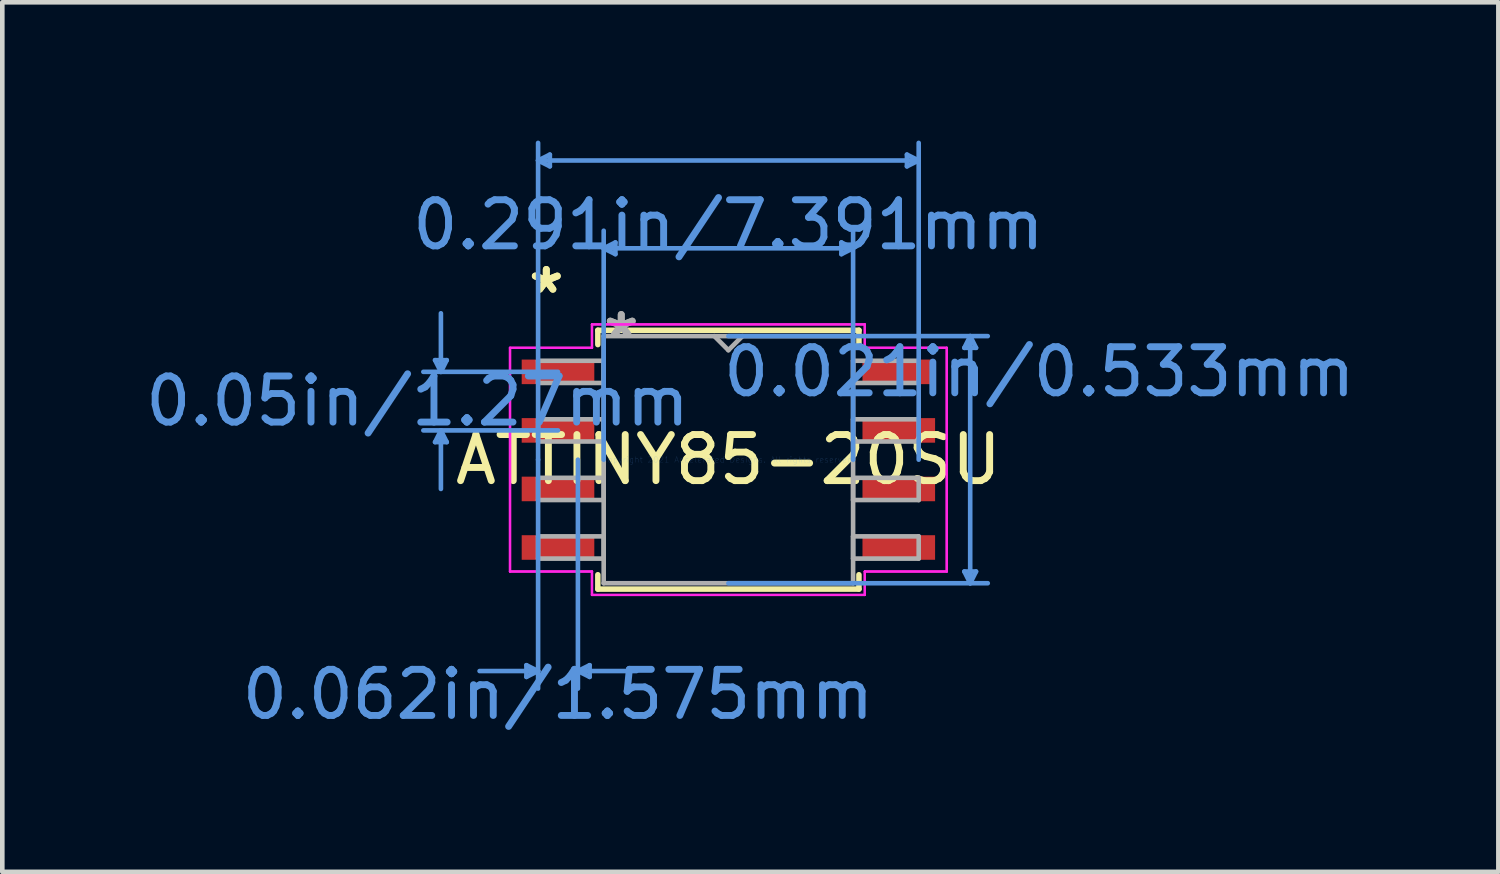
<source format=kicad_pcb>
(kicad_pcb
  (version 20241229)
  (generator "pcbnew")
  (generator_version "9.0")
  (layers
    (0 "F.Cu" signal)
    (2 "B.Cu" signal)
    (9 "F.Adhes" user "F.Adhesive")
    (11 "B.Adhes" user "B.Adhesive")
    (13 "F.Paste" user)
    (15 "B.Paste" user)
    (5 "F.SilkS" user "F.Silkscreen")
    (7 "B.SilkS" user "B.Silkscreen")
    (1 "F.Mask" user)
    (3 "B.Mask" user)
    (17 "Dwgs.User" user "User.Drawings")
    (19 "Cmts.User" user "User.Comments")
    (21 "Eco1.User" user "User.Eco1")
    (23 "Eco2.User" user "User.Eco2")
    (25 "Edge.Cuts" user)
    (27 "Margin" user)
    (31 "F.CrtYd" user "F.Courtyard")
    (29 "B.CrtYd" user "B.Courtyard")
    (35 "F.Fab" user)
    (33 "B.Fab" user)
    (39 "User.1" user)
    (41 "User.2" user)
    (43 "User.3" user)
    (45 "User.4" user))
  (footprint "ATTINY85-20SU"
    (layer "F.Cu")
    (at 12.75 6.921)
    (property "Reference" "ATTINY85-20SU" (at 0 0 0) (layer "F.SilkS") (effects (font (size 1 1) (thickness 0.15))))
    (attr through_hole)
    (fp_line (start -2.832 -2.807) (end -2.832 -2.496) (stroke (width 0.12) (type solid)) (layer "F.SilkS"))
    (fp_line (start -2.832 2.496) (end -2.832 2.807) (stroke (width 0.12) (type solid)) (layer "F.SilkS"))
    (fp_line (start -2.832 2.807) (end 2.832 2.807) (stroke (width 0.12) (type solid)) (layer "F.SilkS"))
    (fp_line (start 2.832 -2.807) (end -2.832 -2.807) (stroke (width 0.12) (type solid)) (layer "F.SilkS"))
    (fp_line (start 2.832 -2.496) (end 2.832 -2.807) (stroke (width 0.12) (type solid)) (layer "F.SilkS"))
    (fp_line (start 2.832 2.807) (end 2.832 2.496) (stroke (width 0.12) (type solid)) (layer "F.SilkS"))
    (fp_line (start -6.363 -2.159) (end -6.109 -2.159) (stroke (width 0.1) (type solid)) (layer "Cmts.User"))
    (fp_line (start -6.363 -0.381) (end -6.109 -0.381) (stroke (width 0.1) (type solid)) (layer "Cmts.User"))
    (fp_line (start -6.236 -1.905) (end -6.363 -2.159) (stroke (width 0.1) (type solid)) (layer "Cmts.User"))
    (fp_line (start -6.236 -1.905) (end -6.236 -3.175) (stroke (width 0.1) (type solid)) (layer "Cmts.User"))
    (fp_line (start -6.236 -1.905) (end -6.109 -2.159) (stroke (width 0.1) (type solid)) (layer "Cmts.User"))
    (fp_line (start -6.236 -0.635) (end -6.363 -0.381) (stroke (width 0.1) (type solid)) (layer "Cmts.User"))
    (fp_line (start -6.236 -0.635) (end -6.236 0.635) (stroke (width 0.1) (type solid)) (layer "Cmts.User"))
    (fp_line (start -6.236 -0.635) (end -6.109 -0.381) (stroke (width 0.1) (type solid)) (layer "Cmts.User"))
    (fp_line (start -4.381 4.458) (end -4.381 4.712) (stroke (width 0.1) (type solid)) (layer "Cmts.User"))
    (fp_line (start -4.128 -6.49) (end -3.873 -6.617) (stroke (width 0.1) (type solid)) (layer "Cmts.User"))
    (fp_line (start -4.128 -6.49) (end -3.873 -6.363) (stroke (width 0.1) (type solid)) (layer "Cmts.User"))
    (fp_line (start -4.128 -6.49) (end 4.128 -6.49) (stroke (width 0.1) (type solid)) (layer "Cmts.User"))
    (fp_line (start -4.128 0) (end -4.128 -6.871) (stroke (width 0.1) (type solid)) (layer "Cmts.User"))
    (fp_line (start -4.128 0) (end -4.128 4.966) (stroke (width 0.1) (type solid)) (layer "Cmts.User"))
    (fp_line (start -4.128 4.585) (end -5.397 4.585) (stroke (width 0.1) (type solid)) (layer "Cmts.User"))
    (fp_line (start -4.128 4.585) (end -4.381 4.458) (stroke (width 0.1) (type solid)) (layer "Cmts.User"))
    (fp_line (start -4.128 4.585) (end -4.381 4.712) (stroke (width 0.1) (type solid)) (layer "Cmts.User"))
    (fp_line (start -3.873 -6.617) (end -3.873 -6.363) (stroke (width 0.1) (type solid)) (layer "Cmts.User"))
    (fp_line (start -3.696 -1.905) (end -6.617 -1.905) (stroke (width 0.1) (type solid)) (layer "Cmts.User"))
    (fp_line (start -3.696 -0.635) (end -6.617 -0.635) (stroke (width 0.1) (type solid)) (layer "Cmts.User"))
    (fp_line (start -3.264 0) (end -3.264 4.966) (stroke (width 0.1) (type solid)) (layer "Cmts.User"))
    (fp_line (start -3.264 4.585) (end -3.01 4.458) (stroke (width 0.1) (type solid)) (layer "Cmts.User"))
    (fp_line (start -3.264 4.585) (end -3.01 4.712) (stroke (width 0.1) (type solid)) (layer "Cmts.User"))
    (fp_line (start -3.264 4.585) (end -1.994 4.585) (stroke (width 0.1) (type solid)) (layer "Cmts.User"))
    (fp_line (start -3.01 4.458) (end -3.01 4.712) (stroke (width 0.1) (type solid)) (layer "Cmts.User"))
    (fp_line (start -2.705 -4.585) (end -2.451 -4.712) (stroke (width 0.1) (type solid)) (layer "Cmts.User"))
    (fp_line (start -2.705 -4.585) (end -2.451 -4.458) (stroke (width 0.1) (type solid)) (layer "Cmts.User"))
    (fp_line (start -2.705 -4.585) (end 2.705 -4.585) (stroke (width 0.1) (type solid)) (layer "Cmts.User"))
    (fp_line (start -2.705 0) (end -2.705 -4.966) (stroke (width 0.1) (type solid)) (layer "Cmts.User"))
    (fp_line (start -2.451 -4.712) (end -2.451 -4.458) (stroke (width 0.1) (type solid)) (layer "Cmts.User"))
    (fp_line (start 0 -2.68) (end 5.626 -2.68) (stroke (width 0.1) (type solid)) (layer "Cmts.User"))
    (fp_line (start 0 2.68) (end 5.626 2.68) (stroke (width 0.1) (type solid)) (layer "Cmts.User"))
    (fp_line (start 2.451 -4.712) (end 2.451 -4.458) (stroke (width 0.1) (type solid)) (layer "Cmts.User"))
    (fp_line (start 2.705 -4.585) (end 2.451 -4.712) (stroke (width 0.1) (type solid)) (layer "Cmts.User"))
    (fp_line (start 2.705 -4.585) (end 2.451 -4.458) (stroke (width 0.1) (type solid)) (layer "Cmts.User"))
    (fp_line (start 2.705 0) (end 2.705 -4.966) (stroke (width 0.1) (type solid)) (layer "Cmts.User"))
    (fp_line (start 3.873 -6.617) (end 3.873 -6.363) (stroke (width 0.1) (type solid)) (layer "Cmts.User"))
    (fp_line (start 4.128 -6.49) (end 3.873 -6.617) (stroke (width 0.1) (type solid)) (layer "Cmts.User"))
    (fp_line (start 4.128 -6.49) (end 3.873 -6.363) (stroke (width 0.1) (type solid)) (layer "Cmts.User"))
    (fp_line (start 4.128 0) (end 4.128 -6.871) (stroke (width 0.1) (type solid)) (layer "Cmts.User"))
    (fp_line (start 5.118 -2.426) (end 5.372 -2.426) (stroke (width 0.1) (type solid)) (layer "Cmts.User"))
    (fp_line (start 5.118 2.426) (end 5.372 2.426) (stroke (width 0.1) (type solid)) (layer "Cmts.User"))
    (fp_line (start 5.245 -2.68) (end 5.118 -2.426) (stroke (width 0.1) (type solid)) (layer "Cmts.User"))
    (fp_line (start 5.245 -2.68) (end 5.245 2.68) (stroke (width 0.1) (type solid)) (layer "Cmts.User"))
    (fp_line (start 5.245 -2.68) (end 5.372 -2.426) (stroke (width 0.1) (type solid)) (layer "Cmts.User"))
    (fp_line (start 5.245 2.68) (end 5.118 2.426) (stroke (width 0.1) (type solid)) (layer "Cmts.User"))
    (fp_line (start 5.245 2.68) (end 5.372 2.426) (stroke (width 0.1) (type solid)) (layer "Cmts.User"))
    (fp_line (start -4.737 -2.426) (end -2.959 -2.426) (stroke (width 0.05) (type solid)) (layer "F.CrtYd"))
    (fp_line (start -4.737 -2.426) (end -2.959 -2.426) (stroke (width 0.05) (type solid)) (layer "F.CrtYd"))
    (fp_line (start -4.737 2.426) (end -4.737 -2.426) (stroke (width 0.05) (type solid)) (layer "F.CrtYd"))
    (fp_line (start -4.737 2.426) (end -4.737 -2.426) (stroke (width 0.05) (type solid)) (layer "F.CrtYd"))
    (fp_line (start -4.737 2.426) (end -2.959 2.426) (stroke (width 0.05) (type solid)) (layer "F.CrtYd"))
    (fp_line (start -2.959 -2.934) (end 2.959 -2.934) (stroke (width 0.05) (type solid)) (layer "F.CrtYd"))
    (fp_line (start -2.959 -2.934) (end 2.959 -2.934) (stroke (width 0.05) (type solid)) (layer "F.CrtYd"))
    (fp_line (start -2.959 -2.426) (end -2.959 -2.934) (stroke (width 0.05) (type solid)) (layer "F.CrtYd"))
    (fp_line (start -2.959 -2.426) (end -2.959 -2.934) (stroke (width 0.05) (type solid)) (layer "F.CrtYd"))
    (fp_line (start -2.959 2.426) (end -4.737 2.426) (stroke (width 0.05) (type solid)) (layer "F.CrtYd"))
    (fp_line (start -2.959 2.934) (end -2.959 2.426) (stroke (width 0.05) (type solid)) (layer "F.CrtYd"))
    (fp_line (start -2.959 2.934) (end -2.959 2.426) (stroke (width 0.05) (type solid)) (layer "F.CrtYd"))
    (fp_line (start 2.959 -2.934) (end 2.959 -2.426) (stroke (width 0.05) (type solid)) (layer "F.CrtYd"))
    (fp_line (start 2.959 -2.934) (end 2.959 -2.426) (stroke (width 0.05) (type solid)) (layer "F.CrtYd"))
    (fp_line (start 2.959 -2.426) (end 4.737 -2.426) (stroke (width 0.05) (type solid)) (layer "F.CrtYd"))
    (fp_line (start 2.959 2.426) (end 2.959 2.934) (stroke (width 0.05) (type solid)) (layer "F.CrtYd"))
    (fp_line (start 2.959 2.426) (end 2.959 2.934) (stroke (width 0.05) (type solid)) (layer "F.CrtYd"))
    (fp_line (start 2.959 2.934) (end -2.959 2.934) (stroke (width 0.05) (type solid)) (layer "F.CrtYd"))
    (fp_line (start 2.959 2.934) (end -2.959 2.934) (stroke (width 0.05) (type solid)) (layer "F.CrtYd"))
    (fp_line (start 4.737 -2.426) (end 2.959 -2.426) (stroke (width 0.05) (type solid)) (layer "F.CrtYd"))
    (fp_line (start 4.737 -2.426) (end 4.737 2.426) (stroke (width 0.05) (type solid)) (layer "F.CrtYd"))
    (fp_line (start 4.737 -2.426) (end 4.737 2.426) (stroke (width 0.05) (type solid)) (layer "F.CrtYd"))
    (fp_line (start 4.737 2.426) (end 2.959 2.426) (stroke (width 0.05) (type solid)) (layer "F.CrtYd"))
    (fp_line (start 4.737 2.426) (end 2.959 2.426) (stroke (width 0.05) (type solid)) (layer "F.CrtYd"))
    (fp_line (start -4.128 -2.146) (end -4.128 -1.664) (stroke (width 0.1) (type solid)) (layer "F.Fab"))
    (fp_line (start -4.128 -1.664) (end -2.705 -1.664) (stroke (width 0.1) (type solid)) (layer "F.Fab"))
    (fp_line (start -4.128 -0.876) (end -4.128 -0.394) (stroke (width 0.1) (type solid)) (layer "F.Fab"))
    (fp_line (start -4.128 -0.394) (end -2.705 -0.394) (stroke (width 0.1) (type solid)) (layer "F.Fab"))
    (fp_line (start -4.128 0.394) (end -4.128 0.876) (stroke (width 0.1) (type solid)) (layer "F.Fab"))
    (fp_line (start -4.128 0.876) (end -2.705 0.876) (stroke (width 0.1) (type solid)) (layer "F.Fab"))
    (fp_line (start -4.128 1.664) (end -4.128 2.146) (stroke (width 0.1) (type solid)) (layer "F.Fab"))
    (fp_line (start -4.128 2.146) (end -2.705 2.146) (stroke (width 0.1) (type solid)) (layer "F.Fab"))
    (fp_line (start -2.705 -2.68) (end -2.705 2.68) (stroke (width 0.1) (type solid)) (layer "F.Fab"))
    (fp_line (start -2.705 -2.146) (end -4.128 -2.146) (stroke (width 0.1) (type solid)) (layer "F.Fab"))
    (fp_line (start -2.705 -1.664) (end -2.705 -2.146) (stroke (width 0.1) (type solid)) (layer "F.Fab"))
    (fp_line (start -2.705 -0.876) (end -4.128 -0.876) (stroke (width 0.1) (type solid)) (layer "F.Fab"))
    (fp_line (start -2.705 -0.394) (end -2.705 -0.876) (stroke (width 0.1) (type solid)) (layer "F.Fab"))
    (fp_line (start -2.705 0.394) (end -4.128 0.394) (stroke (width 0.1) (type solid)) (layer "F.Fab"))
    (fp_line (start -2.705 0.876) (end -2.705 0.394) (stroke (width 0.1) (type solid)) (layer "F.Fab"))
    (fp_line (start -2.705 1.664) (end -4.128 1.664) (stroke (width 0.1) (type solid)) (layer "F.Fab"))
    (fp_line (start -2.705 2.146) (end -2.705 1.664) (stroke (width 0.1) (type solid)) (layer "F.Fab"))
    (fp_line (start -2.705 2.68) (end 2.705 2.68) (stroke (width 0.1) (type solid)) (layer "F.Fab"))
    (fp_line (start -0.305 -2.68) (end 0 -2.375) (stroke (width 0.1) (type solid)) (layer "F.Fab"))
    (fp_line (start 0 -2.375) (end 0.305 -2.68) (stroke (width 0.1) (type solid)) (layer "F.Fab"))
    (fp_line (start 2.705 -2.68) (end -2.705 -2.68) (stroke (width 0.1) (type solid)) (layer "F.Fab"))
    (fp_line (start 2.705 -2.146) (end 2.705 -1.664) (stroke (width 0.1) (type solid)) (layer "F.Fab"))
    (fp_line (start 2.705 -1.664) (end 4.128 -1.664) (stroke (width 0.1) (type solid)) (layer "F.Fab"))
    (fp_line (start 2.705 -0.876) (end 2.705 -0.394) (stroke (width 0.1) (type solid)) (layer "F.Fab"))
    (fp_line (start 2.705 -0.394) (end 4.128 -0.394) (stroke (width 0.1) (type solid)) (layer "F.Fab"))
    (fp_line (start 2.705 0.394) (end 2.705 0.876) (stroke (width 0.1) (type solid)) (layer "F.Fab"))
    (fp_line (start 2.705 0.876) (end 4.128 0.876) (stroke (width 0.1) (type solid)) (layer "F.Fab"))
    (fp_line (start 2.705 1.664) (end 2.705 2.146) (stroke (width 0.1) (type solid)) (layer "F.Fab"))
    (fp_line (start 2.705 2.146) (end 4.128 2.146) (stroke (width 0.1) (type solid)) (layer "F.Fab"))
    (fp_line (start 2.705 2.68) (end 2.705 -2.68) (stroke (width 0.1) (type solid)) (layer "F.Fab"))
    (fp_line (start 4.128 -2.146) (end 2.705 -2.146) (stroke (width 0.1) (type solid)) (layer "F.Fab"))
    (fp_line (start 4.128 -1.664) (end 4.128 -2.146) (stroke (width 0.1) (type solid)) (layer "F.Fab"))
    (fp_line (start 4.128 -0.876) (end 2.705 -0.876) (stroke (width 0.1) (type solid)) (layer "F.Fab"))
    (fp_line (start 4.128 -0.394) (end 4.128 -0.876) (stroke (width 0.1) (type solid)) (layer "F.Fab"))
    (fp_line (start 4.128 0.394) (end 2.705 0.394) (stroke (width 0.1) (type solid)) (layer "F.Fab"))
    (fp_line (start 4.128 0.876) (end 4.128 0.394) (stroke (width 0.1) (type solid)) (layer "F.Fab"))
    (fp_line (start 4.128 1.664) (end 2.705 1.664) (stroke (width 0.1) (type solid)) (layer "F.Fab"))
    (fp_line (start 4.128 2.146) (end 4.128 1.664) (stroke (width 0.1) (type solid)) (layer "F.Fab"))
    (fp_text user "*" (at -3.95 -3.581 0) (layer "F.SilkS") (effects (font (size 1 1) (thickness 0.15))))
    (fp_text user "*" (at -3.95 -3.581 0) (layer "F.SilkS") (effects (font (size 1 1) (thickness 0.15))))
    (fp_text user "0.021in/0.533mm" (at 6.744 -1.905 0) (layer "Cmts.User") (effects (font (size 1 1) (thickness 0.15))))
    (fp_text user "0.062in/1.575mm" (at -3.696 5.093 0) (layer "Cmts.User") (effects (font (size 1 1) (thickness 0.15))))
    (fp_text user "0.05in/1.27mm" (at -6.744 -1.27 0) (layer "Cmts.User") (effects (font (size 1 1) (thickness 0.15))))
    (fp_text user "Copyright 2021 Accelerated Designs. All rights reserved." (at 0 0 0) (layer "Cmts.User") (effects (font (size 0.127 0.127) (thickness 0.002))))
    (fp_text user "0.291in/7.391mm" (at 0 -5.093 0) (layer "Cmts.User") (effects (font (size 1 1) (thickness 0.15))))
    (fp_text user "*" (at -2.324 -2.603 0) (layer "F.Fab") (effects (font (size 1 1) (thickness 0.15))))
    (fp_text user "*" (at -2.324 -2.603 0) (layer "F.Fab") (effects (font (size 1 1) (thickness 0.15))))
    (pad "1" smd rect (at -3.696 -1.905) (size 1.575 0.533) (layers "F.Cu" "F.Mask" "F.Paste"))
    (pad "2" smd rect (at -3.696 -0.635) (size 1.575 0.533) (layers "F.Cu" "F.Mask" "F.Paste"))
    (pad "3" smd rect (at -3.696 0.635) (size 1.575 0.533) (layers "F.Cu" "F.Mask" "F.Paste"))
    (pad "4" smd rect (at -3.696 1.905) (size 1.575 0.533) (layers "F.Cu" "F.Mask" "F.Paste"))
    (pad "5" smd rect (at 3.696 1.905) (size 1.575 0.533) (layers "F.Cu" "F.Mask" "F.Paste"))
    (pad "6" smd rect (at 3.696 0.635) (size 1.575 0.533) (layers "F.Cu" "F.Mask" "F.Paste"))
    (pad "7" smd rect (at 3.696 -0.635) (size 1.575 0.533) (layers "F.Cu" "F.Mask" "F.Paste"))
    (pad "8" smd rect (at 3.696 -1.905) (size 1.575 0.533) (layers "F.Cu" "F.Mask" "F.Paste")))
  (gr_rect
    (start -3 -3)
    (end 29.452 15.862)
    (stroke (width 0.1) (type default))
    (fill no)
    (layer "Edge.Cuts")))
</source>
